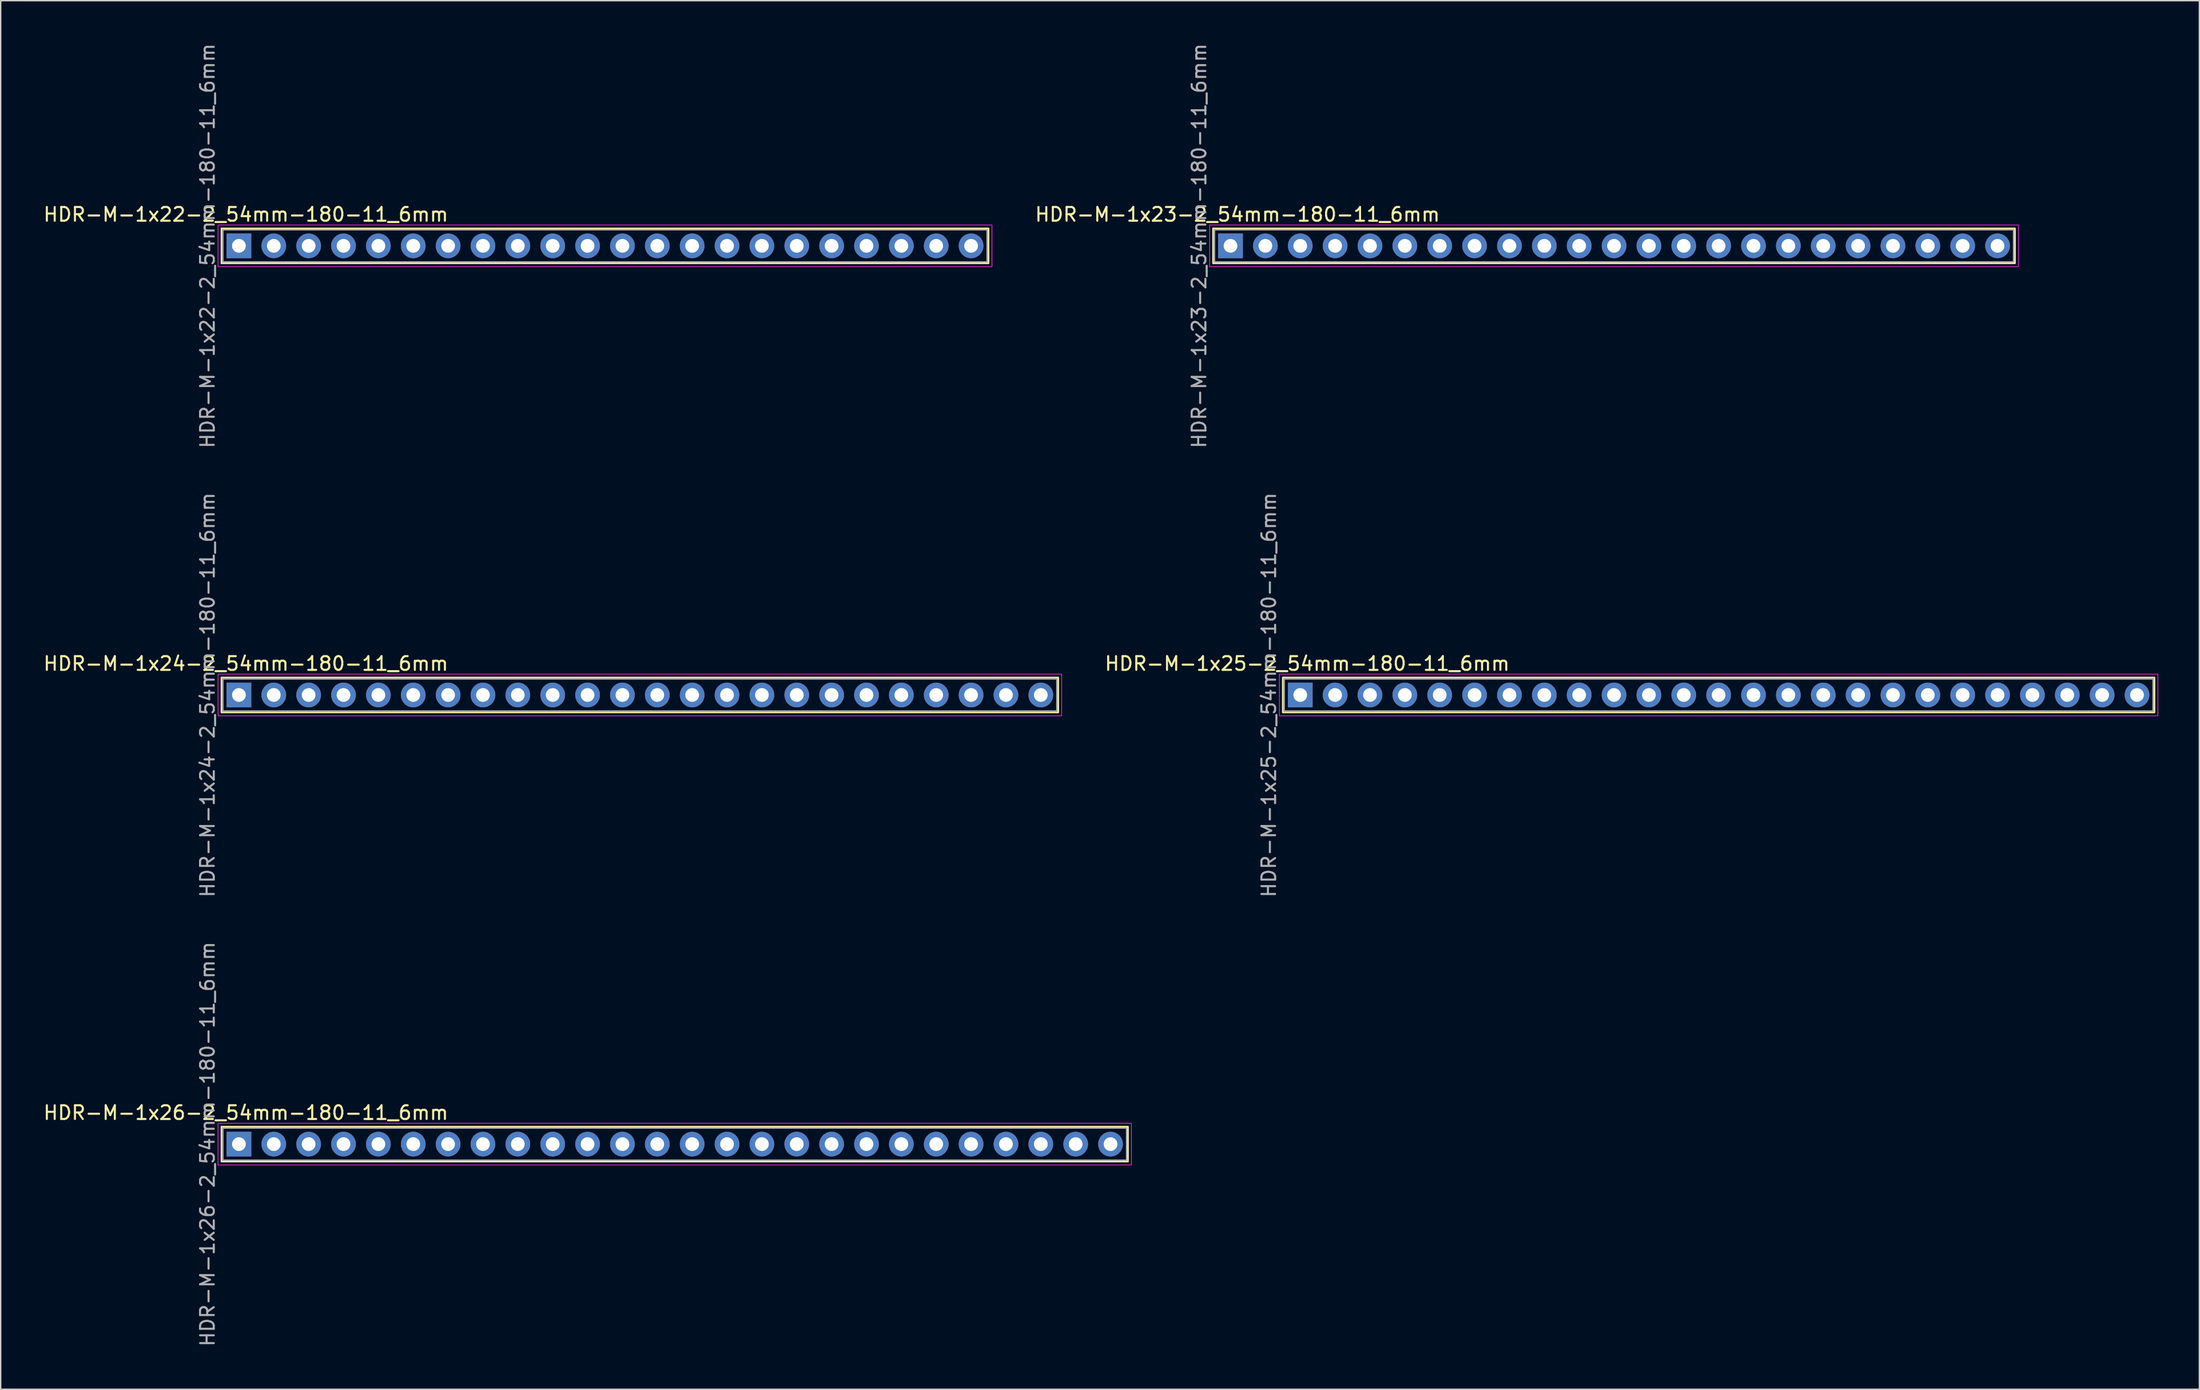
<source format=kicad_pcb>
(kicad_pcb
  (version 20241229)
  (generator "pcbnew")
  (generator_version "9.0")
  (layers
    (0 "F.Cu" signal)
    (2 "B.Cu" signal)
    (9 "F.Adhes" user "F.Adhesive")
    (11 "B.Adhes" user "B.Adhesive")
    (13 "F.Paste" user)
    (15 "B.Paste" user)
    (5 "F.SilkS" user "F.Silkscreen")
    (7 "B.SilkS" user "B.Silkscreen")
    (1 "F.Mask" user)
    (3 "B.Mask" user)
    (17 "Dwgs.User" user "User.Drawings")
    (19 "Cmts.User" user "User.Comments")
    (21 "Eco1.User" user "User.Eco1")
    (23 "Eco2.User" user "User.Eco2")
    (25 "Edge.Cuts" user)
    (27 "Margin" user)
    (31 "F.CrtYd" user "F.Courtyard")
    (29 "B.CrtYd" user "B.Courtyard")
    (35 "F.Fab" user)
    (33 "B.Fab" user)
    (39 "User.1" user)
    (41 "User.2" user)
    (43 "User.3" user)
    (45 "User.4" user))
  (footprint "HDR-M-1x25-2_54mm-180-11_6mm"
    (layer "F.Cu")
    (at 91.675 47.589)
    (property "Reference" "HDR-M-1x25-2_54mm-180-11_6mm" (at 0.508 -2.286 0) (unlocked yes) (layer "F.SilkS") (effects (font (size 1 1) (thickness 0.15))))
    (attr through_hole)
    (fp_rect (start -1.27 -1.27) (end 62.23 1.27) (stroke (width 0.12) (type solid)) (fill no) (layer "F.SilkS"))
    (fp_rect (start -1.52 -1.52) (end 62.48 1.52) (stroke (width 0.05) (type solid)) (fill no) (layer "F.CrtYd"))
    (fp_rect (start -1.17 -1.17) (end 62.13 1.17) (stroke (width 0.1) (type solid)) (fill no) (layer "F.Fab"))
    (fp_text user "${REFERENCE}" (at -2.286 0 90) (unlocked yes) (layer "F.Fab") (effects (font (size 1 1) (thickness 0.15))))
    (pad "1" thru_hole rect (at 0 0) (size 1.8 1.8) (drill 1) (layers "*.Cu" "*.Mask"))
    (pad "2" thru_hole circle (at 2.54 0) (size 1.8 1.8) (drill 1) (layers "*.Cu" "*.Mask"))
    (pad "3" thru_hole circle (at 5.08 0) (size 1.8 1.8) (drill 1) (layers "*.Cu" "*.Mask"))
    (pad "4" thru_hole circle (at 7.62 0) (size 1.8 1.8) (drill 1) (layers "*.Cu" "*.Mask"))
    (pad "5" thru_hole circle (at 10.16 0) (size 1.8 1.8) (drill 1) (layers "*.Cu" "*.Mask"))
    (pad "6" thru_hole circle (at 12.7 0) (size 1.8 1.8) (drill 1) (layers "*.Cu" "*.Mask"))
    (pad "7" thru_hole circle (at 15.24 0) (size 1.8 1.8) (drill 1) (layers "*.Cu" "*.Mask"))
    (pad "8" thru_hole circle (at 17.78 0) (size 1.8 1.8) (drill 1) (layers "*.Cu" "*.Mask"))
    (pad "9" thru_hole circle (at 20.32 0) (size 1.8 1.8) (drill 1) (layers "*.Cu" "*.Mask"))
    (pad "10" thru_hole circle (at 22.86 0) (size 1.8 1.8) (drill 1) (layers "*.Cu" "*.Mask"))
    (pad "11" thru_hole circle (at 25.4 0) (size 1.8 1.8) (drill 1) (layers "*.Cu" "*.Mask"))
    (pad "12" thru_hole circle (at 27.94 0) (size 1.8 1.8) (drill 1) (layers "*.Cu" "*.Mask"))
    (pad "13" thru_hole circle (at 30.48 0) (size 1.8 1.8) (drill 1) (layers "*.Cu" "*.Mask"))
    (pad "14" thru_hole circle (at 33.02 0) (size 1.8 1.8) (drill 1) (layers "*.Cu" "*.Mask"))
    (pad "15" thru_hole circle (at 35.56 0) (size 1.8 1.8) (drill 1) (layers "*.Cu" "*.Mask"))
    (pad "16" thru_hole circle (at 38.1 0) (size 1.8 1.8) (drill 1) (layers "*.Cu" "*.Mask"))
    (pad "17" thru_hole circle (at 40.64 0) (size 1.8 1.8) (drill 1) (layers "*.Cu" "*.Mask"))
    (pad "18" thru_hole circle (at 43.18 0) (size 1.8 1.8) (drill 1) (layers "*.Cu" "*.Mask"))
    (pad "19" thru_hole circle (at 45.72 0) (size 1.8 1.8) (drill 1) (layers "*.Cu" "*.Mask"))
    (pad "20" thru_hole circle (at 48.26 0) (size 1.8 1.8) (drill 1) (layers "*.Cu" "*.Mask"))
    (pad "21" thru_hole circle (at 50.8 0) (size 1.8 1.8) (drill 1) (layers "*.Cu" "*.Mask"))
    (pad "22" thru_hole circle (at 53.34 0) (size 1.8 1.8) (drill 1) (layers "*.Cu" "*.Mask"))
    (pad "23" thru_hole circle (at 55.88 0) (size 1.8 1.8) (drill 1) (layers "*.Cu" "*.Mask"))
    (pad "24" thru_hole circle (at 58.42 0) (size 1.8 1.8) (drill 1) (layers "*.Cu" "*.Mask"))
    (pad "25" thru_hole circle (at 60.96 0) (size 1.8 1.8) (drill 1) (layers "*.Cu" "*.Mask")))
  (footprint "HDR-M-1x24-2_54mm-180-11_6mm"
    (layer "F.Cu")
    (at 14.355 47.589)
    (property "Reference" "HDR-M-1x24-2_54mm-180-11_6mm" (at 0.508 -2.286 0) (unlocked yes) (layer "F.SilkS") (effects (font (size 1 1) (thickness 0.15))))
    (attr through_hole)
    (fp_rect (start -1.27 -1.27) (end 59.69 1.27) (stroke (width 0.12) (type solid)) (fill no) (layer "F.SilkS"))
    (fp_rect (start -1.52 -1.52) (end 59.94 1.52) (stroke (width 0.05) (type solid)) (fill no) (layer "F.CrtYd"))
    (fp_rect (start -1.17 -1.17) (end 59.59 1.17) (stroke (width 0.1) (type solid)) (fill no) (layer "F.Fab"))
    (fp_text user "${REFERENCE}" (at -2.286 0 90) (unlocked yes) (layer "F.Fab") (effects (font (size 1 1) (thickness 0.15))))
    (pad "1" thru_hole rect (at 0 0) (size 1.8 1.8) (drill 1) (layers "*.Cu" "*.Mask"))
    (pad "2" thru_hole circle (at 2.54 0) (size 1.8 1.8) (drill 1) (layers "*.Cu" "*.Mask"))
    (pad "3" thru_hole circle (at 5.08 0) (size 1.8 1.8) (drill 1) (layers "*.Cu" "*.Mask"))
    (pad "4" thru_hole circle (at 7.62 0) (size 1.8 1.8) (drill 1) (layers "*.Cu" "*.Mask"))
    (pad "5" thru_hole circle (at 10.16 0) (size 1.8 1.8) (drill 1) (layers "*.Cu" "*.Mask"))
    (pad "6" thru_hole circle (at 12.7 0) (size 1.8 1.8) (drill 1) (layers "*.Cu" "*.Mask"))
    (pad "7" thru_hole circle (at 15.24 0) (size 1.8 1.8) (drill 1) (layers "*.Cu" "*.Mask"))
    (pad "8" thru_hole circle (at 17.78 0) (size 1.8 1.8) (drill 1) (layers "*.Cu" "*.Mask"))
    (pad "9" thru_hole circle (at 20.32 0) (size 1.8 1.8) (drill 1) (layers "*.Cu" "*.Mask"))
    (pad "10" thru_hole circle (at 22.86 0) (size 1.8 1.8) (drill 1) (layers "*.Cu" "*.Mask"))
    (pad "11" thru_hole circle (at 25.4 0) (size 1.8 1.8) (drill 1) (layers "*.Cu" "*.Mask"))
    (pad "12" thru_hole circle (at 27.94 0) (size 1.8 1.8) (drill 1) (layers "*.Cu" "*.Mask"))
    (pad "13" thru_hole circle (at 30.48 0) (size 1.8 1.8) (drill 1) (layers "*.Cu" "*.Mask"))
    (pad "14" thru_hole circle (at 33.02 0) (size 1.8 1.8) (drill 1) (layers "*.Cu" "*.Mask"))
    (pad "15" thru_hole circle (at 35.56 0) (size 1.8 1.8) (drill 1) (layers "*.Cu" "*.Mask"))
    (pad "16" thru_hole circle (at 38.1 0) (size 1.8 1.8) (drill 1) (layers "*.Cu" "*.Mask"))
    (pad "17" thru_hole circle (at 40.64 0) (size 1.8 1.8) (drill 1) (layers "*.Cu" "*.Mask"))
    (pad "18" thru_hole circle (at 43.18 0) (size 1.8 1.8) (drill 1) (layers "*.Cu" "*.Mask"))
    (pad "19" thru_hole circle (at 45.72 0) (size 1.8 1.8) (drill 1) (layers "*.Cu" "*.Mask"))
    (pad "20" thru_hole circle (at 48.26 0) (size 1.8 1.8) (drill 1) (layers "*.Cu" "*.Mask"))
    (pad "21" thru_hole circle (at 50.8 0) (size 1.8 1.8) (drill 1) (layers "*.Cu" "*.Mask"))
    (pad "22" thru_hole circle (at 53.34 0) (size 1.8 1.8) (drill 1) (layers "*.Cu" "*.Mask"))
    (pad "23" thru_hole circle (at 55.88 0) (size 1.8 1.8) (drill 1) (layers "*.Cu" "*.Mask"))
    (pad "24" thru_hole circle (at 58.42 0) (size 1.8 1.8) (drill 1) (layers "*.Cu" "*.Mask")))
  (footprint "HDR-M-1x22-2_54mm-180-11_6mm"
    (layer "F.Cu")
    (at 14.355 14.863)
    (property "Reference" "HDR-M-1x22-2_54mm-180-11_6mm" (at 0.508 -2.286 0) (unlocked yes) (layer "F.SilkS") (effects (font (size 1 1) (thickness 0.15))))
    (attr through_hole)
    (fp_rect (start -1.27 -1.27) (end 54.61 1.27) (stroke (width 0.12) (type solid)) (fill no) (layer "F.SilkS"))
    (fp_rect (start -1.52 -1.52) (end 54.86 1.52) (stroke (width 0.05) (type solid)) (fill no) (layer "F.CrtYd"))
    (fp_rect (start -1.17 -1.17) (end 54.51 1.17) (stroke (width 0.1) (type solid)) (fill no) (layer "F.Fab"))
    (fp_text user "${REFERENCE}" (at -2.286 0 90) (unlocked yes) (layer "F.Fab") (effects (font (size 1 1) (thickness 0.15))))
    (pad "1" thru_hole rect (at 0 0) (size 1.8 1.8) (drill 1) (layers "*.Cu" "*.Mask"))
    (pad "2" thru_hole circle (at 2.54 0) (size 1.8 1.8) (drill 1) (layers "*.Cu" "*.Mask"))
    (pad "3" thru_hole circle (at 5.08 0) (size 1.8 1.8) (drill 1) (layers "*.Cu" "*.Mask"))
    (pad "4" thru_hole circle (at 7.62 0) (size 1.8 1.8) (drill 1) (layers "*.Cu" "*.Mask"))
    (pad "5" thru_hole circle (at 10.16 0) (size 1.8 1.8) (drill 1) (layers "*.Cu" "*.Mask"))
    (pad "6" thru_hole circle (at 12.7 0) (size 1.8 1.8) (drill 1) (layers "*.Cu" "*.Mask"))
    (pad "7" thru_hole circle (at 15.24 0) (size 1.8 1.8) (drill 1) (layers "*.Cu" "*.Mask"))
    (pad "8" thru_hole circle (at 17.78 0) (size 1.8 1.8) (drill 1) (layers "*.Cu" "*.Mask"))
    (pad "9" thru_hole circle (at 20.32 0) (size 1.8 1.8) (drill 1) (layers "*.Cu" "*.Mask"))
    (pad "10" thru_hole circle (at 22.86 0) (size 1.8 1.8) (drill 1) (layers "*.Cu" "*.Mask"))
    (pad "11" thru_hole circle (at 25.4 0) (size 1.8 1.8) (drill 1) (layers "*.Cu" "*.Mask"))
    (pad "12" thru_hole circle (at 27.94 0) (size 1.8 1.8) (drill 1) (layers "*.Cu" "*.Mask"))
    (pad "13" thru_hole circle (at 30.48 0) (size 1.8 1.8) (drill 1) (layers "*.Cu" "*.Mask"))
    (pad "14" thru_hole circle (at 33.02 0) (size 1.8 1.8) (drill 1) (layers "*.Cu" "*.Mask"))
    (pad "15" thru_hole circle (at 35.56 0) (size 1.8 1.8) (drill 1) (layers "*.Cu" "*.Mask"))
    (pad "16" thru_hole circle (at 38.1 0) (size 1.8 1.8) (drill 1) (layers "*.Cu" "*.Mask"))
    (pad "17" thru_hole circle (at 40.64 0) (size 1.8 1.8) (drill 1) (layers "*.Cu" "*.Mask"))
    (pad "18" thru_hole circle (at 43.18 0) (size 1.8 1.8) (drill 1) (layers "*.Cu" "*.Mask"))
    (pad "19" thru_hole circle (at 45.72 0) (size 1.8 1.8) (drill 1) (layers "*.Cu" "*.Mask"))
    (pad "20" thru_hole circle (at 48.26 0) (size 1.8 1.8) (drill 1) (layers "*.Cu" "*.Mask"))
    (pad "21" thru_hole circle (at 50.8 0) (size 1.8 1.8) (drill 1) (layers "*.Cu" "*.Mask"))
    (pad "22" thru_hole circle (at 53.34 0) (size 1.8 1.8) (drill 1) (layers "*.Cu" "*.Mask")))
  (footprint "HDR-M-1x26-2_54mm-180-11_6mm"
    (layer "F.Cu")
    (at 14.355 80.315)
    (property "Reference" "HDR-M-1x26-2_54mm-180-11_6mm" (at 0.508 -2.286 0) (unlocked yes) (layer "F.SilkS") (effects (font (size 1 1) (thickness 0.15))))
    (attr through_hole)
    (fp_rect (start -1.27 -1.27) (end 64.77 1.27) (stroke (width 0.12) (type solid)) (fill no) (layer "F.SilkS"))
    (fp_rect (start -1.52 -1.52) (end 65.02 1.52) (stroke (width 0.05) (type solid)) (fill no) (layer "F.CrtYd"))
    (fp_rect (start -1.17 -1.17) (end 64.67 1.17) (stroke (width 0.1) (type solid)) (fill no) (layer "F.Fab"))
    (fp_text user "${REFERENCE}" (at -2.286 0 90) (unlocked yes) (layer "F.Fab") (effects (font (size 1 1) (thickness 0.15))))
    (pad "1" thru_hole rect (at 0 0) (size 1.8 1.8) (drill 1) (layers "*.Cu" "*.Mask"))
    (pad "2" thru_hole circle (at 2.54 0) (size 1.8 1.8) (drill 1) (layers "*.Cu" "*.Mask"))
    (pad "3" thru_hole circle (at 5.08 0) (size 1.8 1.8) (drill 1) (layers "*.Cu" "*.Mask"))
    (pad "4" thru_hole circle (at 7.62 0) (size 1.8 1.8) (drill 1) (layers "*.Cu" "*.Mask"))
    (pad "5" thru_hole circle (at 10.16 0) (size 1.8 1.8) (drill 1) (layers "*.Cu" "*.Mask"))
    (pad "6" thru_hole circle (at 12.7 0) (size 1.8 1.8) (drill 1) (layers "*.Cu" "*.Mask"))
    (pad "7" thru_hole circle (at 15.24 0) (size 1.8 1.8) (drill 1) (layers "*.Cu" "*.Mask"))
    (pad "8" thru_hole circle (at 17.78 0) (size 1.8 1.8) (drill 1) (layers "*.Cu" "*.Mask"))
    (pad "9" thru_hole circle (at 20.32 0) (size 1.8 1.8) (drill 1) (layers "*.Cu" "*.Mask"))
    (pad "10" thru_hole circle (at 22.86 0) (size 1.8 1.8) (drill 1) (layers "*.Cu" "*.Mask"))
    (pad "11" thru_hole circle (at 25.4 0) (size 1.8 1.8) (drill 1) (layers "*.Cu" "*.Mask"))
    (pad "12" thru_hole circle (at 27.94 0) (size 1.8 1.8) (drill 1) (layers "*.Cu" "*.Mask"))
    (pad "13" thru_hole circle (at 30.48 0) (size 1.8 1.8) (drill 1) (layers "*.Cu" "*.Mask"))
    (pad "14" thru_hole circle (at 33.02 0) (size 1.8 1.8) (drill 1) (layers "*.Cu" "*.Mask"))
    (pad "15" thru_hole circle (at 35.56 0) (size 1.8 1.8) (drill 1) (layers "*.Cu" "*.Mask"))
    (pad "16" thru_hole circle (at 38.1 0) (size 1.8 1.8) (drill 1) (layers "*.Cu" "*.Mask"))
    (pad "17" thru_hole circle (at 40.64 0) (size 1.8 1.8) (drill 1) (layers "*.Cu" "*.Mask"))
    (pad "18" thru_hole circle (at 43.18 0) (size 1.8 1.8) (drill 1) (layers "*.Cu" "*.Mask"))
    (pad "19" thru_hole circle (at 45.72 0) (size 1.8 1.8) (drill 1) (layers "*.Cu" "*.Mask"))
    (pad "20" thru_hole circle (at 48.26 0) (size 1.8 1.8) (drill 1) (layers "*.Cu" "*.Mask"))
    (pad "21" thru_hole circle (at 50.8 0) (size 1.8 1.8) (drill 1) (layers "*.Cu" "*.Mask"))
    (pad "22" thru_hole circle (at 53.34 0) (size 1.8 1.8) (drill 1) (layers "*.Cu" "*.Mask"))
    (pad "23" thru_hole circle (at 55.88 0) (size 1.8 1.8) (drill 1) (layers "*.Cu" "*.Mask"))
    (pad "24" thru_hole circle (at 58.42 0) (size 1.8 1.8) (drill 1) (layers "*.Cu" "*.Mask"))
    (pad "25" thru_hole circle (at 60.96 0) (size 1.8 1.8) (drill 1) (layers "*.Cu" "*.Mask"))
    (pad "26" thru_hole circle (at 63.5 0) (size 1.8 1.8) (drill 1) (layers "*.Cu" "*.Mask")))
  (footprint "HDR-M-1x23-2_54mm-180-11_6mm"
    (layer "F.Cu")
    (at 86.595 14.863)
    (property "Reference" "HDR-M-1x23-2_54mm-180-11_6mm" (at 0.508 -2.286 0) (unlocked yes) (layer "F.SilkS") (effects (font (size 1 1) (thickness 0.15))))
    (attr through_hole)
    (fp_rect (start -1.27 -1.27) (end 57.15 1.27) (stroke (width 0.12) (type solid)) (fill no) (layer "F.SilkS"))
    (fp_rect (start -1.52 -1.52) (end 57.4 1.52) (stroke (width 0.05) (type solid)) (fill no) (layer "F.CrtYd"))
    (fp_rect (start -1.17 -1.17) (end 57.05 1.17) (stroke (width 0.1) (type solid)) (fill no) (layer "F.Fab"))
    (fp_text user "${REFERENCE}" (at -2.286 0 90) (unlocked yes) (layer "F.Fab") (effects (font (size 1 1) (thickness 0.15))))
    (pad "1" thru_hole rect (at 0 0) (size 1.8 1.8) (drill 1) (layers "*.Cu" "*.Mask"))
    (pad "2" thru_hole circle (at 2.54 0) (size 1.8 1.8) (drill 1) (layers "*.Cu" "*.Mask"))
    (pad "3" thru_hole circle (at 5.08 0) (size 1.8 1.8) (drill 1) (layers "*.Cu" "*.Mask"))
    (pad "4" thru_hole circle (at 7.62 0) (size 1.8 1.8) (drill 1) (layers "*.Cu" "*.Mask"))
    (pad "5" thru_hole circle (at 10.16 0) (size 1.8 1.8) (drill 1) (layers "*.Cu" "*.Mask"))
    (pad "6" thru_hole circle (at 12.7 0) (size 1.8 1.8) (drill 1) (layers "*.Cu" "*.Mask"))
    (pad "7" thru_hole circle (at 15.24 0) (size 1.8 1.8) (drill 1) (layers "*.Cu" "*.Mask"))
    (pad "8" thru_hole circle (at 17.78 0) (size 1.8 1.8) (drill 1) (layers "*.Cu" "*.Mask"))
    (pad "9" thru_hole circle (at 20.32 0) (size 1.8 1.8) (drill 1) (layers "*.Cu" "*.Mask"))
    (pad "10" thru_hole circle (at 22.86 0) (size 1.8 1.8) (drill 1) (layers "*.Cu" "*.Mask"))
    (pad "11" thru_hole circle (at 25.4 0) (size 1.8 1.8) (drill 1) (layers "*.Cu" "*.Mask"))
    (pad "12" thru_hole circle (at 27.94 0) (size 1.8 1.8) (drill 1) (layers "*.Cu" "*.Mask"))
    (pad "13" thru_hole circle (at 30.48 0) (size 1.8 1.8) (drill 1) (layers "*.Cu" "*.Mask"))
    (pad "14" thru_hole circle (at 33.02 0) (size 1.8 1.8) (drill 1) (layers "*.Cu" "*.Mask"))
    (pad "15" thru_hole circle (at 35.56 0) (size 1.8 1.8) (drill 1) (layers "*.Cu" "*.Mask"))
    (pad "16" thru_hole circle (at 38.1 0) (size 1.8 1.8) (drill 1) (layers "*.Cu" "*.Mask"))
    (pad "17" thru_hole circle (at 40.64 0) (size 1.8 1.8) (drill 1) (layers "*.Cu" "*.Mask"))
    (pad "18" thru_hole circle (at 43.18 0) (size 1.8 1.8) (drill 1) (layers "*.Cu" "*.Mask"))
    (pad "19" thru_hole circle (at 45.72 0) (size 1.8 1.8) (drill 1) (layers "*.Cu" "*.Mask"))
    (pad "20" thru_hole circle (at 48.26 0) (size 1.8 1.8) (drill 1) (layers "*.Cu" "*.Mask"))
    (pad "21" thru_hole circle (at 50.8 0) (size 1.8 1.8) (drill 1) (layers "*.Cu" "*.Mask"))
    (pad "22" thru_hole circle (at 53.34 0) (size 1.8 1.8) (drill 1) (layers "*.Cu" "*.Mask"))
    (pad "23" thru_hole circle (at 55.88 0) (size 1.8 1.8) (drill 1) (layers "*.Cu" "*.Mask")))
  (gr_rect
    (start -3 -3)
    (end 157.18 98.179)
    (stroke (width 0.1) (type default))
    (fill no)
    (layer "Edge.Cuts")))
</source>
